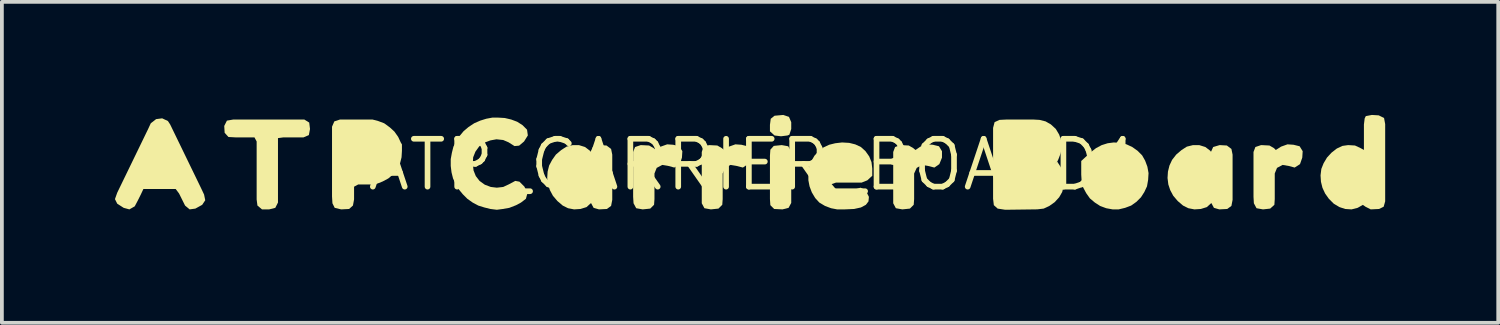
<source format=kicad_pcb>
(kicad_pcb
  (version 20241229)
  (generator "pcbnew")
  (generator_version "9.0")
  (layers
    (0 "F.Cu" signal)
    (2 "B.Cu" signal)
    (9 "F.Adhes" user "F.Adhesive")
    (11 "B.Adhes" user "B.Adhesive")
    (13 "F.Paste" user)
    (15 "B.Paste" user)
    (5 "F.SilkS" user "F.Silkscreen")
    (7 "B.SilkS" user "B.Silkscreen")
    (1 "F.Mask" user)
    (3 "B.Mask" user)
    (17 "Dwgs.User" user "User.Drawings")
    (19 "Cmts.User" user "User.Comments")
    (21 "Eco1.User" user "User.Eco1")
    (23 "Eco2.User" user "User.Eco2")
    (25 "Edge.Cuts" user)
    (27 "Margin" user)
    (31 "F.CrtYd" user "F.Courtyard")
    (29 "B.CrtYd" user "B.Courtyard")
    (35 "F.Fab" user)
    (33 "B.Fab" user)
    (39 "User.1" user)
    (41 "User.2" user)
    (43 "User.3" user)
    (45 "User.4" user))
  (footprint "ATP_CARRIER_BOARD1"
    (layer "F.Cu")
    (at 17.033 1.323)
    (property "Reference" "ATP_CARRIER_BOARD1" (at 0 0 0) (layer "F.SilkS") (effects (font (size 1.27 1.27) (thickness 0.15))))
    (fp_poly (pts (xy 0.852 -1.272) (xy 0.912 -1.131) (xy 0.912 -0.95) (xy 0.862 -0.798) (xy 0.811 -0.778) (xy 0.64 -0.757) (xy 0.469 -0.778) (xy 0.347 -0.889) (xy 0.347 -1.06) (xy 0.368 -1.221) (xy 0.469 -1.302) (xy 0.7 -1.323)) (stroke (width 0) (type solid)) (fill yes) (layer "F.SilkS"))
    (fp_poly (pts (xy 0.832 -0.492) (xy 0.902 -0.361) (xy 0.912 -0.19) (xy 0.912 1.011) (xy 0.842 1.142) (xy 0.68 1.183) (xy 0.459 1.172) (xy 0.358 1.071) (xy 0.347 0.91) (xy 0.347 -0.24) (xy 0.358 -0.401) (xy 0.449 -0.502) (xy 0.66 -0.523)) (stroke (width 0) (type solid)) (fill yes) (layer "F.SilkS"))
    (fp_poly (pts (xy -11.878 -1.121) (xy -11.857 -0.95) (xy -11.888 -0.788) (xy -12.029 -0.728) (xy -12.56 -0.728) (xy -12.707 -0.708) (xy -12.707 1.001) (xy -12.778 1.142) (xy -12.94 1.183) (xy -13.131 1.183) (xy -13.252 1.081) (xy -13.273 0.92) (xy -13.273 -0.619) (xy -13.331 -0.728) (xy -13.84 -0.728) (xy -14.021 -0.738) (xy -14.122 -0.849) (xy -14.133 -1.031) (xy -14.062 -1.172) (xy -13.89 -1.202) (xy -12.009 -1.202)) (stroke (width 0) (type solid)) (fill yes) (layer "F.SilkS"))
    (fp_poly (pts (xy -15.628 -1.162) (xy -15.568 -1.071) (xy -14.748 0.619) (xy -14.668 0.789) (xy -14.637 0.941) (xy -14.718 1.062) (xy -14.899 1.162) (xy -15.051 1.183) (xy -15.172 1.082) (xy -15.332 0.761) (xy -15.421 0.642) (xy -16.278 0.642) (xy -16.348 0.791) (xy -16.428 0.951) (xy -16.508 1.102) (xy -16.65 1.183) (xy -16.801 1.142) (xy -16.972 1.032) (xy -17.033 0.91) (xy -16.972 0.739) (xy -16.152 -0.951) (xy -16.082 -1.102) (xy -15.941 -1.212) (xy -15.78 -1.233)) (stroke (width 0) (type solid)) (fill yes) (layer "F.SilkS"))
    (fp_poly (pts (xy -0.41 -0.532) (xy -0.248 -0.492) (xy -0.168 -0.361) (xy -0.168 -0.19) (xy -0.238 -0.018) (xy -0.37 0.073) (xy -0.531 0.032) (xy -0.7 0.003) (xy -0.838 0.082) (xy -0.907 0.231) (xy -0.907 0.91) (xy -0.918 1.061) (xy -1.019 1.162) (xy -1.22 1.183) (xy -1.392 1.152) (xy -1.462 1.021) (xy -1.462 -0.34) (xy -1.412 -0.472) (xy -1.27 -0.523) (xy -1.049 -0.512) (xy -0.929 -0.442) (xy -0.87 -0.393) (xy -0.741 -0.482) (xy -0.57 -0.543)) (stroke (width 0) (type solid)) (fill yes) (layer "F.SilkS"))
    (fp_poly (pts (xy 4.67 -0.532) (xy 4.832 -0.492) (xy 4.912 -0.361) (xy 4.912 -0.19) (xy 4.842 -0.018) (xy 4.71 0.073) (xy 4.549 0.032) (xy 4.38 0.003) (xy 4.242 0.082) (xy 4.173 0.231) (xy 4.173 0.91) (xy 4.162 1.061) (xy 4.061 1.162) (xy 3.86 1.183) (xy 3.688 1.152) (xy 3.618 1.021) (xy 3.618 -0.34) (xy 3.668 -0.472) (xy 3.81 -0.523) (xy 4.031 -0.512) (xy 4.151 -0.442) (xy 4.21 -0.393) (xy 4.339 -0.482) (xy 4.51 -0.543)) (stroke (width 0) (type solid)) (fill yes) (layer "F.SilkS"))
    (fp_poly (pts (xy -2.22 -0.532) (xy -2.058 -0.492) (xy -1.977 -0.361) (xy -1.988 -0.19) (xy -2.048 -0.018) (xy -2.19 0.073) (xy -2.341 0.032) (xy -2.51 0.003) (xy -2.658 0.082) (xy -2.717 0.23) (xy -2.717 0.91) (xy -2.728 1.061) (xy -2.829 1.162) (xy -3.03 1.183) (xy -3.202 1.152) (xy -3.272 1.021) (xy -3.283 0.85) (xy -3.283 -0.34) (xy -3.232 -0.472) (xy -3.08 -0.523) (xy -2.859 -0.512) (xy -2.739 -0.442) (xy -2.68 -0.393) (xy -2.551 -0.482) (xy -2.38 -0.543)) (stroke (width 0) (type solid)) (fill yes) (layer "F.SilkS"))
    (fp_poly (pts (xy 14.24 -0.532) (xy 14.402 -0.492) (xy 14.483 -0.361) (xy 14.472 -0.19) (xy 14.412 -0.018) (xy 14.27 0.073) (xy 14.119 0.032) (xy 13.95 0.003) (xy 13.802 0.082) (xy 13.742 0.23) (xy 13.742 0.91) (xy 13.732 1.061) (xy 13.621 1.162) (xy 13.43 1.183) (xy 13.258 1.152) (xy 13.188 1.021) (xy 13.178 0.85) (xy 13.178 -0.34) (xy 13.228 -0.472) (xy 13.38 -0.523) (xy 13.601 -0.512) (xy 13.722 -0.442) (xy 13.77 -0.393) (xy 13.909 -0.482) (xy 14.08 -0.543)) (stroke (width 0) (type solid)) (fill yes) (layer "F.SilkS"))
    (fp_poly (pts (xy 7.5 -1.192) (xy 7.661 -1.152) (xy 7.801 -1.072) (xy 7.932 -0.952) (xy 8.022 -0.801) (xy 8.072 -0.651) (xy 8.093 -0.48) (xy 8.062 -0.309) (xy 8.002 -0.149) (xy 7.972 -0.088) (xy 7.844 0.033) (xy 7.97 -0.084) (xy 8.062 0.059) (xy 8.132 0.209) (xy 8.153 0.38) (xy 8.142 0.56) (xy 8.102 0.721) (xy 8.022 0.861) (xy 7.902 0.992) (xy 7.761 1.092) (xy 7.611 1.162) (xy 7.44 1.182) (xy 6.59 1.193) (xy 6.389 1.162) (xy 6.288 1.071) (xy 6.268 0.9) (xy 6.268 -0.98) (xy 6.308 -1.132) (xy 6.439 -1.192) (xy 6.64 -1.202) (xy 7.32 -1.202)) (stroke (width 0) (type solid)) (fill yes) (layer "F.SilkS"))
    (fp_poly (pts (xy -3.989 -0.512) (xy -3.868 -0.421) (xy -3.837 -0.27) (xy -3.837 0.93) (xy -3.868 1.091) (xy -3.979 1.172) (xy -4.19 1.183) (xy -4.332 1.142) (xy -4.401 1.014) (xy -4.519 1.122) (xy -4.68 1.172) (xy -4.85 1.183) (xy -5.011 1.152) (xy -5.151 1.082) (xy -5.292 0.962) (xy -5.412 0.821) (xy -5.492 0.671) (xy -5.542 0.521) (xy -5.563 0.35) (xy -5.552 0.18) (xy -5.512 0.019) (xy -5.432 -0.131) (xy -5.332 -0.272) (xy -5.191 -0.392) (xy -5.051 -0.482) (xy -4.89 -0.522) (xy -4.72 -0.522) (xy -4.559 -0.472) (xy -4.428 -0.372) (xy -4.41 -0.345) (xy -4.352 -0.472) (xy -4.18 -0.523)) (stroke (width 0) (type solid)) (fill yes) (layer "F.SilkS"))
    (fp_poly (pts (xy 12.471 -0.512) (xy 12.592 -0.421) (xy 12.623 -0.27) (xy 12.623 0.93) (xy 12.592 1.091) (xy 12.481 1.172) (xy 12.27 1.183) (xy 12.128 1.142) (xy 12.059 1.014) (xy 11.941 1.122) (xy 11.78 1.172) (xy 11.61 1.183) (xy 11.449 1.152) (xy 11.309 1.082) (xy 11.168 0.962) (xy 11.048 0.821) (xy 10.968 0.671) (xy 10.918 0.521) (xy 10.897 0.35) (xy 10.908 0.18) (xy 10.948 0.019) (xy 11.018 -0.131) (xy 11.128 -0.272) (xy 11.269 -0.392) (xy 11.409 -0.482) (xy 11.57 -0.522) (xy 11.74 -0.522) (xy 11.901 -0.472) (xy 12.032 -0.372) (xy 12.05 -0.345) (xy 12.108 -0.472) (xy 12.28 -0.523)) (stroke (width 0) (type solid)) (fill yes) (layer "F.SilkS"))
    (fp_poly (pts (xy -10.049 -1.162) (xy -9.889 -1.102) (xy -9.738 -0.992) (xy -9.618 -0.882) (xy -9.518 -0.741) (xy -9.448 -0.591) (xy -9.418 -0.541) (xy -9.418 -0.37) (xy -9.428 -0.2) (xy -9.468 -0.039) (xy -9.538 0.111) (xy -9.648 0.252) (xy -9.779 0.362) (xy -9.927 0.441) (xy -9.926 0.441) (xy -9.929 0.442) (xy -9.931 0.443) (xy -9.931 0.443) (xy -10.079 0.502) (xy -10.24 0.522) (xy -10.579 0.522) (xy -10.688 0.581) (xy -10.688 0.92) (xy -10.718 1.081) (xy -10.819 1.172) (xy -11.03 1.183) (xy -11.202 1.142) (xy -11.262 1.021) (xy -11.273 0.84) (xy -11.273 -1.011) (xy -11.212 -1.152) (xy -11.06 -1.202) (xy -10.2 -1.202)) (stroke (width 0) (type solid)) (fill yes) (layer "F.SilkS"))
    (fp_poly (pts (xy 16.501 -1.312) (xy 16.642 -1.242) (xy 16.672 -1.08) (xy 16.672 0.97) (xy 16.632 1.112) (xy 16.511 1.172) (xy 16.289 1.183) (xy 16.149 1.112) (xy 16.08 1.063) (xy 15.941 1.142) (xy 15.78 1.183) (xy 15.61 1.172) (xy 15.459 1.122) (xy 15.308 1.032) (xy 15.178 0.902) (xy 15.078 0.761) (xy 15.008 0.611) (xy 14.968 0.45) (xy 14.957 0.28) (xy 14.978 0.109) (xy 15.038 -0.041) (xy 15.128 -0.192) (xy 15.248 -0.322) (xy 15.389 -0.432) (xy 15.539 -0.502) (xy 15.69 -0.523) (xy 15.871 -0.512) (xy 16.021 -0.442) (xy 16.108 -0.394) (xy 16.108 -1.07) (xy 16.128 -1.231) (xy 16.158 -1.292) (xy 16.32 -1.323)) (stroke (width 0) (type solid)) (fill yes) (layer "F.SilkS"))
    (fp_poly (pts (xy 9.65 -0.582) (xy 9.811 -0.542) (xy 9.961 -0.472) (xy 10.102 -0.372) (xy 10.222 -0.252) (xy 10.302 -0.111) (xy 10.362 0.049) (xy 10.393 0.22) (xy 10.382 0.4) (xy 10.352 0.571) (xy 10.282 0.721) (xy 10.192 0.862) (xy 10.072 0.982) (xy 9.931 1.082) (xy 9.771 1.142) (xy 9.6 1.183) (xy 9.44 1.183) (xy 9.269 1.152) (xy 9.111 1.093) (xy 9.111 1.094) (xy 9.109 1.092) (xy 9.106 1.091) (xy 9.107 1.091) (xy 8.969 1.002) (xy 8.838 0.892) (xy 8.738 0.751) (xy 8.658 0.601) (xy 8.618 0.44) (xy 8.607 0.26) (xy 8.607 -0.101) (xy 8.858 -0.332) (xy 8.999 -0.442) (xy 9.149 -0.522) (xy 9.309 -0.572) (xy 9.47 -0.593)) (stroke (width 0) (type solid)) (fill yes) (layer "F.SilkS"))
    (fp_poly (pts (xy 2.45 -0.582) (xy 2.611 -0.542) (xy 2.761 -0.472) (xy 2.882 -0.362) (xy 2.982 -0.221) (xy 3.042 -0.071) (xy 3.062 0.1) (xy 3.062 0.291) (xy 2.931 0.412) (xy 2.78 0.472) (xy 2.1 0.472) (xy 1.984 0.511) (xy 2.091 0.638) (xy 2.25 0.688) (xy 2.44 0.688) (xy 2.589 0.658) (xy 2.75 0.607) (xy 2.882 0.668) (xy 2.973 0.85) (xy 2.962 0.971) (xy 2.892 1.062) (xy 2.761 1.132) (xy 2.58 1.172) (xy 2.33 1.183) (xy 2.13 1.183) (xy 1.969 1.152) (xy 1.809 1.092) (xy 1.658 1.002) (xy 1.548 0.882) (xy 1.458 0.731) (xy 1.398 0.571) (xy 1.367 0.41) (xy 1.367 0.23) (xy 1.388 0.059) (xy 1.448 -0.101) (xy 1.528 -0.241) (xy 1.638 -0.362) (xy 1.769 -0.462) (xy 1.919 -0.532) (xy 2.08 -0.572) (xy 2.26 -0.593)) (stroke (width 0) (type solid)) (fill yes) (layer "F.SilkS"))
    (fp_poly (pts (xy -6.69 -1.242) (xy -6.519 -1.202) (xy -6.359 -1.142) (xy -6.218 -1.052) (xy -6.098 -0.931) (xy -6.077 -0.779) (xy -6.178 -0.618) (xy -6.309 -0.508) (xy -6.431 -0.497) (xy -6.591 -0.598) (xy -6.731 -0.658) (xy -6.91 -0.677) (xy -7.069 -0.648) (xy -7.229 -0.588) (xy -7.368 -0.488) (xy -7.468 -0.349) (xy -7.528 -0.199) (xy -7.537 -0.03) (xy -7.518 0.149) (xy -7.458 0.299) (xy -7.358 0.428) (xy -7.219 0.528) (xy -7.059 0.588) (xy -6.9 0.607) (xy -6.731 0.588) (xy -6.581 0.518) (xy -6.41 0.427) (xy -6.299 0.448) (xy -6.168 0.579) (xy -6.087 0.75) (xy -6.128 0.901) (xy -6.259 1.002) (xy -6.389 1.072) (xy -6.569 1.142) (xy -6.74 1.172) (xy -6.9 1.193) (xy -7.07 1.172) (xy -7.231 1.132) (xy -7.391 1.082) (xy -7.541 1.002) (xy -7.682 0.902) (xy -7.802 0.782) (xy -7.902 0.661) (xy -7.992 0.511) (xy -8.062 0.361) (xy -8.102 0.2) (xy -8.123 0.03) (xy -8.123 -0.15) (xy -8.092 -0.321) (xy -8.052 -0.481) (xy -7.972 -0.631) (xy -7.882 -0.771) (xy -7.782 -0.892) (xy -7.652 -1.002) (xy -7.501 -1.102) (xy -7.341 -1.172) (xy -7.181 -1.222) (xy -7.02 -1.252) (xy -6.86 -1.252)) (stroke (width 0) (type solid)) (fill yes) (layer "F.SilkS")))
  (gr_rect
    (start -3 -3)
    (end 36.705 5.515)
    (stroke (width 0.1) (type default))
    (fill no)
    (layer "Edge.Cuts")))
</source>
